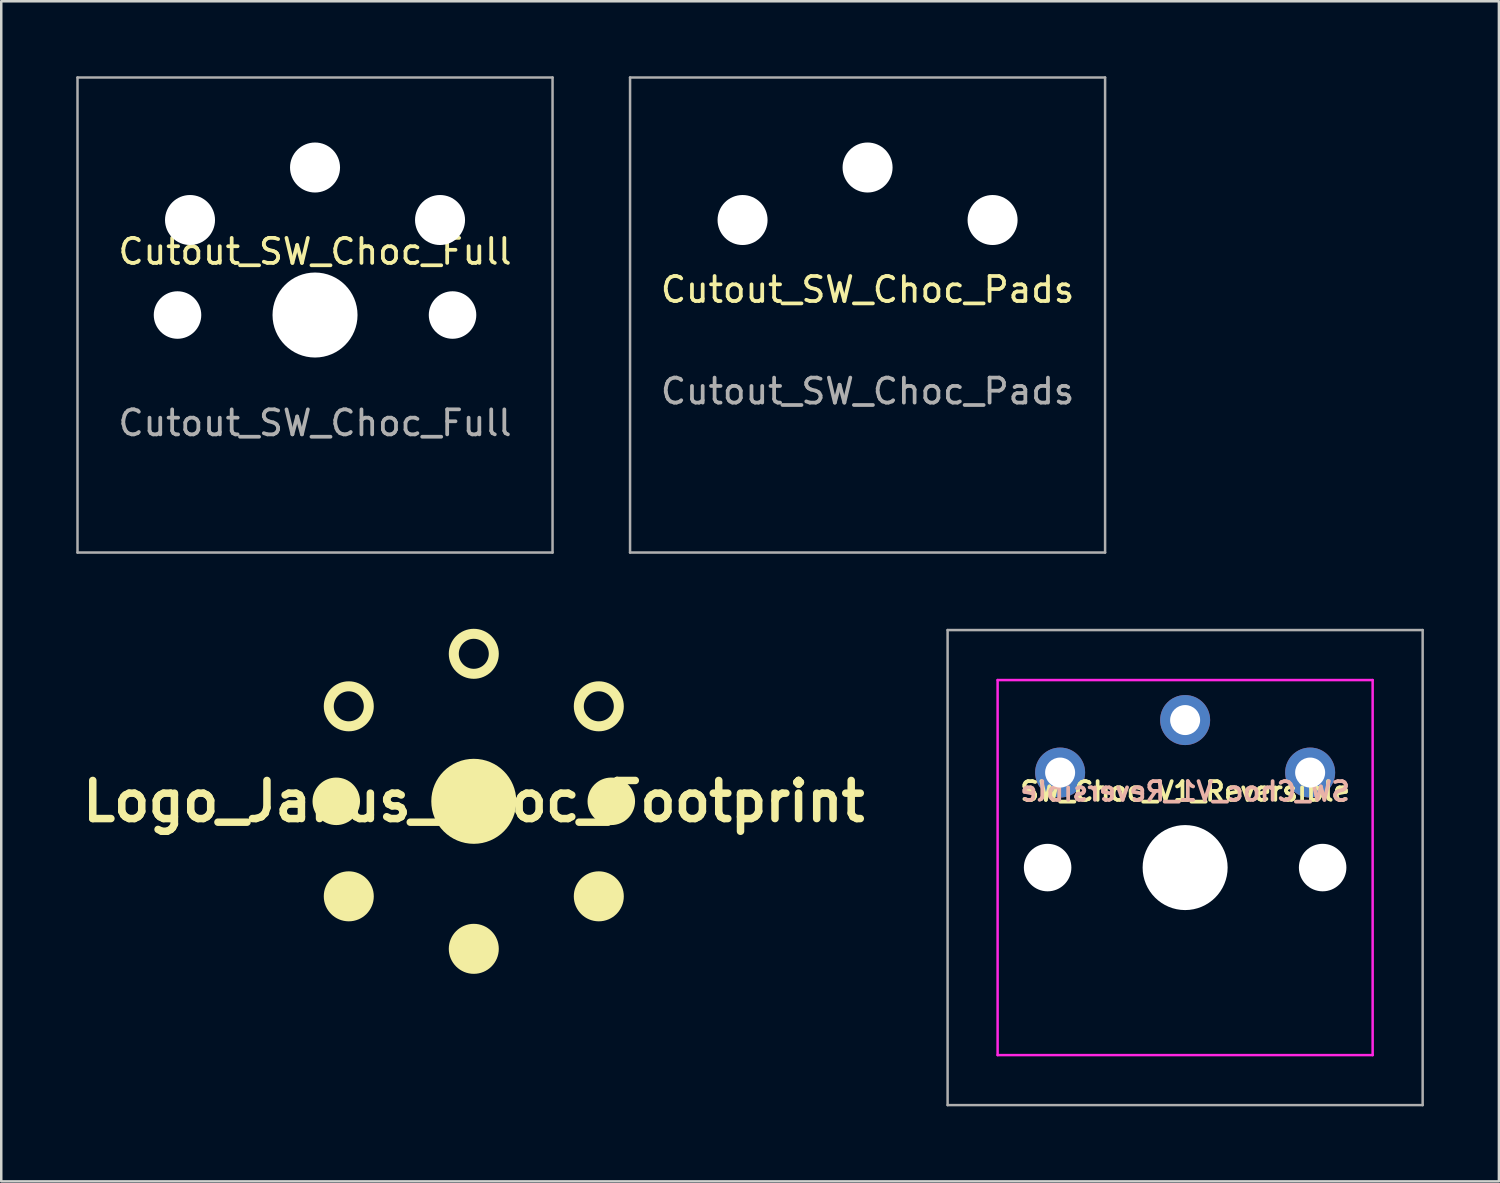
<source format=kicad_pcb>
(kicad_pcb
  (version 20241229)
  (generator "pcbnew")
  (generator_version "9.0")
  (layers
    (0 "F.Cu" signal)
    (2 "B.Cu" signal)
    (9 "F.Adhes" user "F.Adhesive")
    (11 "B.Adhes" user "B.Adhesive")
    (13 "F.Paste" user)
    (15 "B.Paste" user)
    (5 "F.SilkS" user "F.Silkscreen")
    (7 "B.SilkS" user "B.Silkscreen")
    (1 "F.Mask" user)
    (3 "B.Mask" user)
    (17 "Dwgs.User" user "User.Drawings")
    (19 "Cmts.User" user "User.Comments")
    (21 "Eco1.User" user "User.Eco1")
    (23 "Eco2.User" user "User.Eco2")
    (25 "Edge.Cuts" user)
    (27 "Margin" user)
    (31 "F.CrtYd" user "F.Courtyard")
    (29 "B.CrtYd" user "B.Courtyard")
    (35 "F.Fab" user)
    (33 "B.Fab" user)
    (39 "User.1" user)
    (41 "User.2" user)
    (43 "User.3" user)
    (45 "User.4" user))
  (footprint "Cutout_SW_Choc_Full"
    (layer "F.Cu")
    (at 9.55 9.55)
    (property "Reference" "Cutout_SW_Choc_Full" (at 0 -2.54 0) (unlocked yes) (layer "F.SilkS") (effects (font (size 1 1) (thickness 0.15))))
    (attr smd)
    (fp_line (start -9.5 -9.5) (end 9.5 -9.5) (stroke (width 0.1) (type solid)) (layer "F.Fab"))
    (fp_line (start -9.5 9.5) (end -9.5 -9.5) (stroke (width 0.1) (type solid)) (layer "F.Fab"))
    (fp_line (start -9.5 9.5) (end 9.5 9.5) (stroke (width 0.1) (type solid)) (layer "F.Fab"))
    (fp_line (start 9.5 9.5) (end 9.5 -9.5) (stroke (width 0.1) (type solid)) (layer "F.Fab"))
    (fp_text user "${REFERENCE}" (at 0 4.318 0) (unlocked yes) (layer "F.Fab") (effects (font (size 1 1) (thickness 0.15))))
    (pad "" np_thru_hole circle (at -5.5 0 228.1) (size 1.9 1.9) (drill 1.9) (layers "*.Cu" "*.Mask"))
    (pad "" np_thru_hole circle (at -5 -3.8) (size 2 2) (drill 2) (layers "*.Cu" "*.Mask"))
    (pad "" np_thru_hole circle (at 0 -5.9) (size 2 2) (drill 2) (layers "*.Cu" "*.Mask"))
    (pad "" np_thru_hole circle (at 0 0 180) (size 3.4 3.4) (drill 3.4) (layers "*.Cu" "*.Mask"))
    (pad "" np_thru_hole circle (at 5 -3.8) (size 2 2) (drill 2) (layers "*.Cu" "*.Mask"))
    (pad "" np_thru_hole circle (at 5.5 0 228.1) (size 1.9 1.9) (drill 1.9) (layers "*.Cu" "*.Mask")))
  (footprint "Cutout_SW_Choc_Pads"
    (layer "F.Cu")
    (at 31.65 9.55)
    (property "Reference" "Cutout_SW_Choc_Pads" (at 0 -1.016 0) (unlocked yes) (layer "F.SilkS") (effects (font (size 1 1) (thickness 0.15))))
    (attr smd)
    (fp_line (start -9.5 -9.5) (end 9.5 -9.5) (stroke (width 0.1) (type solid)) (layer "F.Fab"))
    (fp_line (start -9.5 9.5) (end -9.5 -9.5) (stroke (width 0.1) (type solid)) (layer "F.Fab"))
    (fp_line (start -9.5 9.5) (end 9.5 9.5) (stroke (width 0.1) (type solid)) (layer "F.Fab"))
    (fp_line (start 9.5 9.5) (end 9.5 -9.5) (stroke (width 0.1) (type solid)) (layer "F.Fab"))
    (fp_text user "${REFERENCE}" (at 0 3.048 0) (unlocked yes) (layer "F.Fab") (effects (font (size 1 1) (thickness 0.15))))
    (pad "" np_thru_hole circle (at -5 -3.8) (size 2 2) (drill 2) (layers "*.Cu" "*.Mask"))
    (pad "" np_thru_hole circle (at 0 -5.9) (size 2 2) (drill 2) (layers "*.Cu" "*.Mask"))
    (pad "" np_thru_hole circle (at 5 -3.8) (size 2 2) (drill 2) (layers "*.Cu" "*.Mask")))
  (footprint "Logo_Janus_Choc_Footprint"
    (layer "F.Cu")
    (at 15.9 29)
    (property "Reference" "Logo_Janus_Choc_Footprint" (at 0 0 0) (layer "F.SilkS") (effects (font (size 1.524 1.524) (thickness 0.3))))
    (attr board_only exclude_from_pos_files exclude_from_bom)
    (fp_circle (center -5.5 0) (end -4.55 0) (stroke (width 0) (type solid)) (fill yes) (layer "F.SilkS"))
    (fp_circle (center -5 -3.8) (end -4.2 -3.8) (stroke (width 0.4) (type solid)) (fill no) (layer "F.SilkS"))
    (fp_circle (center -5 3.8) (end -6 3.8) (stroke (width 0) (type solid)) (fill yes) (layer "F.SilkS"))
    (fp_circle (center 0 -5.9) (end 0.8 -5.9) (stroke (width 0.4) (type solid)) (fill no) (layer "F.SilkS"))
    (fp_circle (center 0 0) (end 1.7 0) (stroke (width 0) (type solid)) (fill yes) (layer "F.SilkS"))
    (fp_circle (center 0 5.9) (end -1 5.9) (stroke (width 0) (type solid)) (fill yes) (layer "F.SilkS"))
    (fp_circle (center 5 -3.8) (end 5.8 -3.8) (stroke (width 0.4) (type solid)) (fill no) (layer "F.SilkS"))
    (fp_circle (center 5 3.8) (end 4 3.8) (stroke (width 0) (type solid)) (fill yes) (layer "F.SilkS"))
    (fp_circle (center 5.5 0) (end 6.45 0) (stroke (width 0) (type solid)) (fill yes) (layer "F.SilkS")))
  (footprint "SW_Choc_V1_Reversible"
    (layer "F.Cu")
    (at 44.351 31.65)
    (property "Reference" "SW_Choc_V1_Reversible" (at 0 -3.048 0) (unlocked yes) (layer "F.SilkS") (effects (font (size 0.75 0.75) (thickness 0.15))))
    (attr smd)
    (fp_line (start -7.5 -7.5) (end 7.5 -7.5) (stroke (width 0.1) (type solid)) (layer "F.CrtYd"))
    (fp_line (start -7.5 7.5) (end -7.5 -7.5) (stroke (width 0.1) (type solid)) (layer "F.CrtYd"))
    (fp_line (start 7.5 -7.5) (end 7.5 7.5) (stroke (width 0.1) (type solid)) (layer "F.CrtYd"))
    (fp_line (start 7.5 7.5) (end -7.5 7.5) (stroke (width 0.1) (type solid)) (layer "F.CrtYd"))
    (fp_line (start -9.5 -9.5) (end 9.5 -9.5) (stroke (width 0.1) (type solid)) (layer "F.Fab"))
    (fp_line (start -9.5 9.5) (end -9.5 -9.5) (stroke (width 0.1) (type solid)) (layer "F.Fab"))
    (fp_line (start -9.5 9.5) (end 9.5 9.5) (stroke (width 0.1) (type solid)) (layer "F.Fab"))
    (fp_line (start 9.5 9.5) (end 9.5 -9.5) (stroke (width 0.1) (type solid)) (layer "F.Fab"))
    (fp_text user "${REFERENCE}" (at 0 -3.048 0) (unlocked yes) (layer "B.SilkS") (effects (font (size 0.75 0.75) (thickness 0.15)) (justify mirror)))
    (pad "" np_thru_hole circle (at -5.5 0 48.1) (size 1.9 1.9) (drill 1.9) (layers "*.Cu" "*.Mask"))
    (pad "" np_thru_hole circle (at 0 0) (size 3.4 3.4) (drill 3.4) (layers "*.Cu" "*.Mask"))
    (pad "" np_thru_hole circle (at 5.5 0 48.1) (size 1.9 1.9) (drill 1.9) (layers "*.Cu" "*.Mask"))
    (pad "1" thru_hole circle (at -5 -3.8) (size 2 2) (drill 1.2) (layers "*.Cu" "*.Mask"))
    (pad "1" thru_hole circle (at 5 -3.8) (size 2 2) (drill 1.2) (layers "*.Cu" "*.Mask"))
    (pad "2" thru_hole circle (at 0 -5.9) (size 2 2) (drill 1.2) (layers "*.Cu" "*.Mask")))
  (gr_rect
    (start -3 -3)
    (end 56.901 44.2)
    (stroke (width 0.1) (type default))
    (fill no)
    (layer "Edge.Cuts")))
</source>
